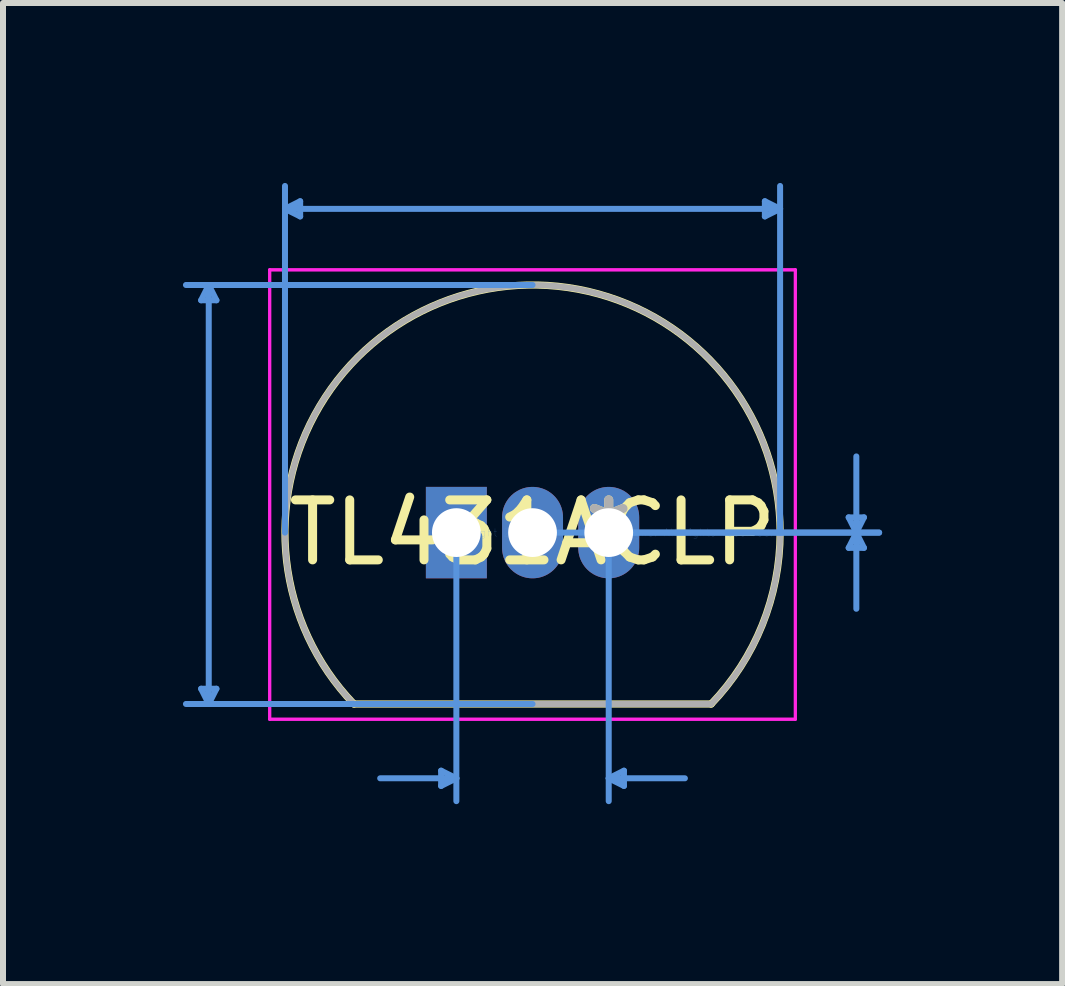
<source format=kicad_pcb>
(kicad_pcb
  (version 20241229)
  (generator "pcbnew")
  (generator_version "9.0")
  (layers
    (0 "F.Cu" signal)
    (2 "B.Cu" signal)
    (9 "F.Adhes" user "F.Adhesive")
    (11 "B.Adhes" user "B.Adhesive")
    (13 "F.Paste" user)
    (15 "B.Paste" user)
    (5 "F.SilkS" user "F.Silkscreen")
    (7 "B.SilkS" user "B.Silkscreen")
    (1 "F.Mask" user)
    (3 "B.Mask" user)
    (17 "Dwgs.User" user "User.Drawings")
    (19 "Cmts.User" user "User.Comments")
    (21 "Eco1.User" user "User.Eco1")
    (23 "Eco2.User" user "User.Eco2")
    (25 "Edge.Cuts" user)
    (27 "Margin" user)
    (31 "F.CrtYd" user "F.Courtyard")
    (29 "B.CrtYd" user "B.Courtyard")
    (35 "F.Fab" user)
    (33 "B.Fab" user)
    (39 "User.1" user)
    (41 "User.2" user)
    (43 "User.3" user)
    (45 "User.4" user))
  (footprint "TL431ACLP"
    (layer "F.Cu")
    (at 7.098 5.829)
    (property "Reference" "TL431ACLP" (at -1.27 0 0) (layer "F.SilkS") (effects (font (size 1 1) (thickness 0.15))))
    (attr through_hole)
    (fp_line (start -4.248 2.857) (end 1.708 2.857) (stroke (width 0.12) (type solid)) (layer "F.SilkS"))
    (fp_arc (start -4.248417 2.857497) (mid -2.809942 -3.82947) (end 2.8575 0) (stroke (width 0.12) (type solid)) (layer "F.SilkS"))
    (fp_arc (start 2.8575 0) (mid 2.55947 1.539941) (end 1.708418 2.857496) (stroke (width 0.12) (type solid)) (layer "F.SilkS"))
    (fp_line (start -6.795 -3.873) (end -6.54 -3.873) (stroke (width 0.1) (type solid)) (layer "Cmts.User"))
    (fp_line (start -6.795 2.603) (end -6.54 2.603) (stroke (width 0.1) (type solid)) (layer "Cmts.User"))
    (fp_line (start -6.668 -4.128) (end -6.795 -3.873) (stroke (width 0.1) (type solid)) (layer "Cmts.User"))
    (fp_line (start -6.668 -4.128) (end -6.668 2.857) (stroke (width 0.1) (type solid)) (layer "Cmts.User"))
    (fp_line (start -6.668 -4.128) (end -6.54 -3.873) (stroke (width 0.1) (type solid)) (layer "Cmts.User"))
    (fp_line (start -6.668 2.857) (end -6.795 2.603) (stroke (width 0.1) (type solid)) (layer "Cmts.User"))
    (fp_line (start -6.668 2.857) (end -6.54 2.603) (stroke (width 0.1) (type solid)) (layer "Cmts.User"))
    (fp_line (start -5.397 -5.397) (end -5.144 -5.524) (stroke (width 0.1) (type solid)) (layer "Cmts.User"))
    (fp_line (start -5.397 -5.397) (end -5.144 -5.271) (stroke (width 0.1) (type solid)) (layer "Cmts.User"))
    (fp_line (start -5.397 -5.397) (end 2.857 -5.397) (stroke (width 0.1) (type solid)) (layer "Cmts.User"))
    (fp_line (start -5.397 0) (end -5.397 -5.779) (stroke (width 0.1) (type solid)) (layer "Cmts.User"))
    (fp_line (start -5.144 -5.524) (end -5.144 -5.271) (stroke (width 0.1) (type solid)) (layer "Cmts.User"))
    (fp_line (start -2.794 3.969) (end -2.794 4.223) (stroke (width 0.1) (type solid)) (layer "Cmts.User"))
    (fp_line (start -2.54 0) (end -2.54 4.477) (stroke (width 0.1) (type solid)) (layer "Cmts.User"))
    (fp_line (start -2.54 4.096) (end -3.81 4.096) (stroke (width 0.1) (type solid)) (layer "Cmts.User"))
    (fp_line (start -2.54 4.096) (end -2.794 3.969) (stroke (width 0.1) (type solid)) (layer "Cmts.User"))
    (fp_line (start -2.54 4.096) (end -2.794 4.223) (stroke (width 0.1) (type solid)) (layer "Cmts.User"))
    (fp_line (start -1.27 -4.128) (end -7.048 -4.128) (stroke (width 0.1) (type solid)) (layer "Cmts.User"))
    (fp_line (start -1.27 2.857) (end -7.048 2.857) (stroke (width 0.1) (type solid)) (layer "Cmts.User"))
    (fp_line (start -1.016 0) (end 4.508 0) (stroke (width 0.1) (type solid)) (layer "Cmts.User"))
    (fp_line (start 0 0) (end 0 4.477) (stroke (width 0.1) (type solid)) (layer "Cmts.User"))
    (fp_line (start 0 0) (end 4.508 0) (stroke (width 0.1) (type solid)) (layer "Cmts.User"))
    (fp_line (start 0 4.096) (end 0.254 3.969) (stroke (width 0.1) (type solid)) (layer "Cmts.User"))
    (fp_line (start 0 4.096) (end 0.254 4.223) (stroke (width 0.1) (type solid)) (layer "Cmts.User"))
    (fp_line (start 0 4.096) (end 1.27 4.096) (stroke (width 0.1) (type solid)) (layer "Cmts.User"))
    (fp_line (start 0.254 3.969) (end 0.254 4.223) (stroke (width 0.1) (type solid)) (layer "Cmts.User"))
    (fp_line (start 2.603 -5.524) (end 2.603 -5.271) (stroke (width 0.1) (type solid)) (layer "Cmts.User"))
    (fp_line (start 2.857 -5.397) (end 2.603 -5.524) (stroke (width 0.1) (type solid)) (layer "Cmts.User"))
    (fp_line (start 2.857 -5.397) (end 2.603 -5.271) (stroke (width 0.1) (type solid)) (layer "Cmts.User"))
    (fp_line (start 2.857 0) (end 2.857 -5.779) (stroke (width 0.1) (type solid)) (layer "Cmts.User"))
    (fp_line (start 4 -0.254) (end 4.255 -0.254) (stroke (width 0.1) (type solid)) (layer "Cmts.User"))
    (fp_line (start 4 0.254) (end 4.255 0.254) (stroke (width 0.1) (type solid)) (layer "Cmts.User"))
    (fp_line (start 4.128 0) (end 4 -0.254) (stroke (width 0.1) (type solid)) (layer "Cmts.User"))
    (fp_line (start 4.128 0) (end 4 0.254) (stroke (width 0.1) (type solid)) (layer "Cmts.User"))
    (fp_line (start 4.128 0) (end 4.128 -1.27) (stroke (width 0.1) (type solid)) (layer "Cmts.User"))
    (fp_line (start 4.128 0) (end 4.128 1.27) (stroke (width 0.1) (type solid)) (layer "Cmts.User"))
    (fp_line (start 4.128 0) (end 4.255 -0.254) (stroke (width 0.1) (type solid)) (layer "Cmts.User"))
    (fp_line (start 4.128 0) (end 4.255 0.254) (stroke (width 0.1) (type solid)) (layer "Cmts.User"))
    (fp_line (start -5.652 -4.381) (end 3.111 -4.381) (stroke (width 0.05) (type solid)) (layer "F.CrtYd"))
    (fp_line (start -5.652 -4.381) (end 3.111 -4.381) (stroke (width 0.05) (type solid)) (layer "F.CrtYd"))
    (fp_line (start -5.652 3.111) (end -5.652 -4.381) (stroke (width 0.05) (type solid)) (layer "F.CrtYd"))
    (fp_line (start -5.652 3.111) (end -5.652 -4.381) (stroke (width 0.05) (type solid)) (layer "F.CrtYd"))
    (fp_line (start 3.111 -4.381) (end 3.111 3.111) (stroke (width 0.05) (type solid)) (layer "F.CrtYd"))
    (fp_line (start 3.111 -4.381) (end 3.111 3.111) (stroke (width 0.05) (type solid)) (layer "F.CrtYd"))
    (fp_line (start 3.111 3.111) (end -5.652 3.111) (stroke (width 0.05) (type solid)) (layer "F.CrtYd"))
    (fp_line (start 3.111 3.111) (end -5.652 3.111) (stroke (width 0.05) (type solid)) (layer "F.CrtYd"))
    (fp_line (start -4.248 2.857) (end 1.708 2.857) (stroke (width 0.1) (type solid)) (layer "F.Fab"))
    (fp_arc (start -4.248415 2.857499) (mid -1.269999 -4.1275) (end 1.708414 2.8575) (stroke (width 0.1) (type solid)) (layer "F.Fab"))
    (fp_text user "*" (at 0 0 0) (layer "F.SilkS") (effects (font (size 1 1) (thickness 0.15))))
    (fp_text user "Copyright 2021 Accelerated Designs. All rights reserved." (at 0 0 0) (layer "Cmts.User") (effects (font (size 0.127 0.127) (thickness 0.002))))
    (fp_text user "*" (at 0 0 0) (layer "F.Fab") (effects (font (size 1 1) (thickness 0.15))))
    (pad "1" thru_hole rect (at -2.54 0) (size 1.016 1.524) (drill 0.813) (layers "*.Cu" "*.Mask"))
    (pad "2" thru_hole oval (at -1.27 0) (size 1.016 1.524) (drill 0.813) (layers "*.Cu" "*.Mask"))
    (pad "3" thru_hole oval (at 0 0) (size 1.016 1.524) (drill 0.813) (layers "*.Cu" "*.Mask")))
  (gr_rect
    (start -3 -3)
    (end 14.657 13.355)
    (stroke (width 0.1) (type default))
    (fill no)
    (layer "Edge.Cuts")))
</source>
